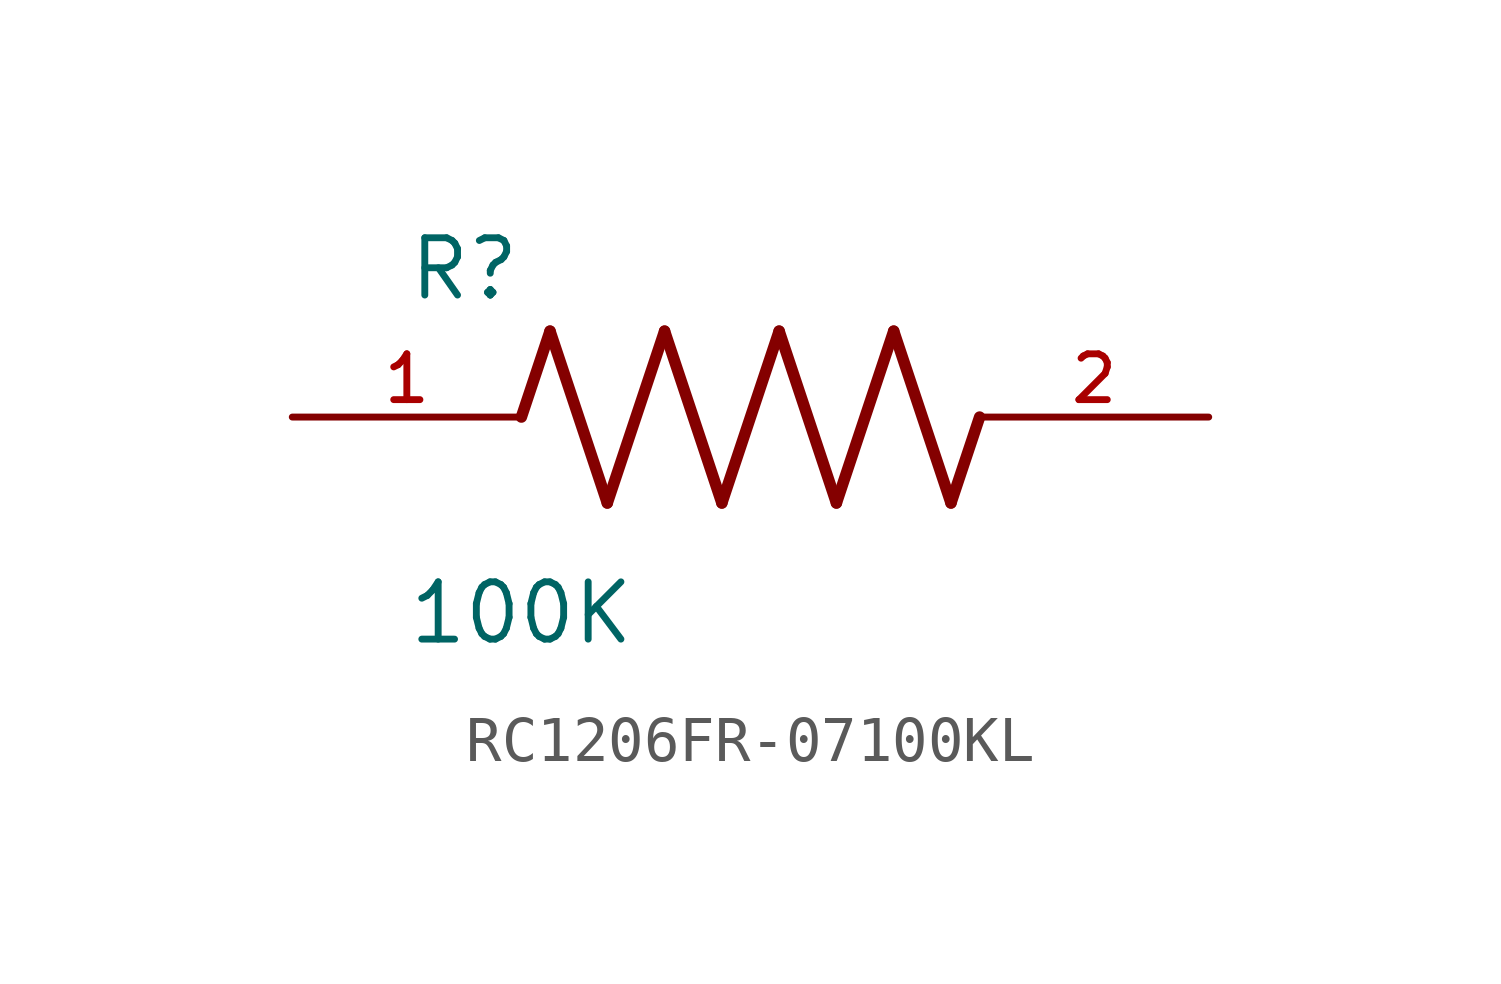
<source format=kicad_sym>
(kicad_symbol_lib
  (version 20231120)
  (generator "kicad_symbol_editor")
  (generator_version "8.0")
  (symbol "RC1206FR-07100KL"
    (pin_names
      (offset 1.016))
    (property "Reference" "R"
      (at -7.624 2.542 0)
      (effects (font (size 1.27 1.27)) (justify left bottom)))
    (property "Value" "100K"
      (at -7.63 -5.087 0)
      (effects (font (size 1.27 1.27)) (justify left bottom)))
    (symbol "RC1206FR-07100KL_0_0"
      (polyline (pts (xy -5.08 0) (xy -4.445 1.905)) (stroke (width 0.254) (type default)) (fill (type none)))
      (polyline (pts (xy -4.445 1.905) (xy -3.175 -1.905)) (stroke (width 0.254) (type default)) (fill (type none)))
      (polyline (pts (xy -3.175 -1.905) (xy -1.905 1.905)) (stroke (width 0.254) (type default)) (fill (type none)))
      (polyline (pts (xy -1.905 1.905) (xy -0.635 -1.905)) (stroke (width 0.254) (type default)) (fill (type none)))
      (polyline (pts (xy -0.635 -1.905) (xy 0.635 1.905)) (stroke (width 0.254) (type default)) (fill (type none)))
      (polyline (pts (xy 0.635 1.905) (xy 1.905 -1.905)) (stroke (width 0.254) (type default)) (fill (type none)))
      (polyline (pts (xy 1.905 -1.905) (xy 3.175 1.905)) (stroke (width 0.254) (type default)) (fill (type none)))
      (polyline (pts (xy 3.175 1.905) (xy 4.445 -1.905)) (stroke (width 0.254) (type default)) (fill (type none)))
      (polyline (pts (xy 4.445 -1.905) (xy 5.08 0)) (stroke (width 0.254) (type default)) (fill (type none)))
      (pin passive line (at -10.16 0 0) (length 5.08) (name "~" (effects (font (size 1.016 1.016)))) (number "1" (effects (font (size 1.016 1.016)))))
      (pin passive line (at 10.16 0 180) (length 5.08) (name "~" (effects (font (size 1.016 1.016)))) (number "2" (effects (font (size 1.016 1.016))))))))
</source>
